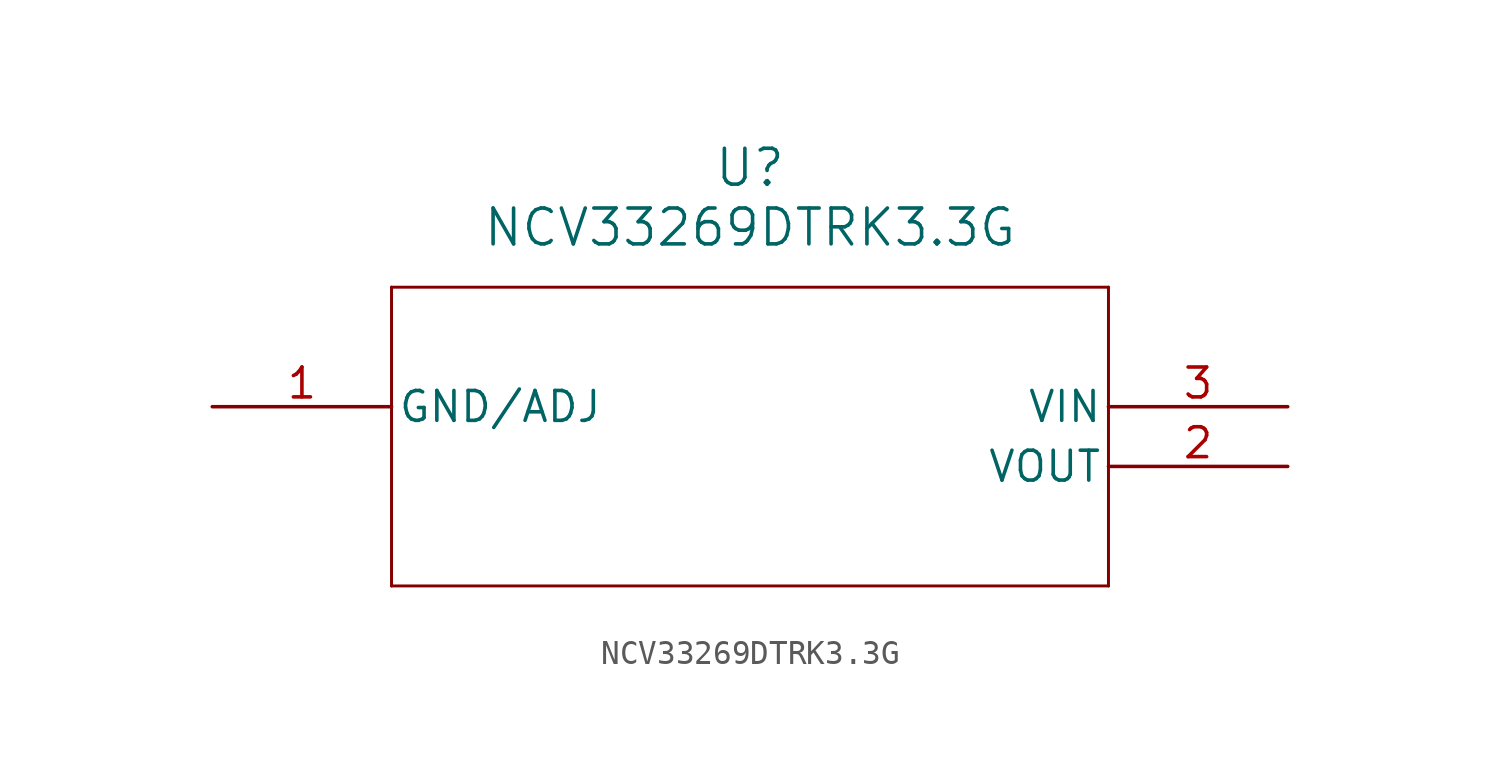
<source format=kicad_sym>
(kicad_symbol_lib
  (version 20231120)
  (generator "kicad_symbol_editor")
  (generator_version "8.0")
  (symbol "NCV33269DTRK3.3G"
    (pin_names
      (offset 0.254))
    (property "Reference" "U"
      (at 22.86 10.16 0)
      (effects (font (size 1.524 1.524))))
    (property "Value" "NCV33269DTRK3.3G"
      (at 22.86 7.62 0)
      (effects (font (size 1.524 1.524))))
    (property "ki_locked" ""
      (at 0 0 0)
      (effects (font (size 1.27 1.27))))
    (symbol "NCV33269DTRK3.3G_0_1"
      (polyline (pts (xy 7.62 -7.62) (xy 38.1 -7.62)) (stroke (width 0.127) (type default)) (fill (type none)))
      (polyline (pts (xy 7.62 5.08) (xy 7.62 -7.62)) (stroke (width 0.127) (type default)) (fill (type none)))
      (polyline (pts (xy 38.1 -7.62) (xy 38.1 5.08)) (stroke (width 0.127) (type default)) (fill (type none)))
      (polyline (pts (xy 38.1 5.08) (xy 7.62 5.08)) (stroke (width 0.127) (type default)) (fill (type none)))
      (pin bidirectional line (at 0 0 0) (length 7.62) (name "GND/ADJ" (effects (font (size 1.27 1.27)))) (number "1" (effects (font (size 1.27 1.27))))))
    (symbol "NCV33269DTRK3.3G_1_1"
      (pin power_out line (at 45.72 -2.54 180) (length 7.62) (name "VOUT" (effects (font (size 1.27 1.27)))) (number "2" (effects (font (size 1.27 1.27)))))
      (pin power_in line (at 45.72 0 180) (length 7.62) (name "VIN" (effects (font (size 1.27 1.27)))) (number "3" (effects (font (size 1.27 1.27))))))))
</source>
